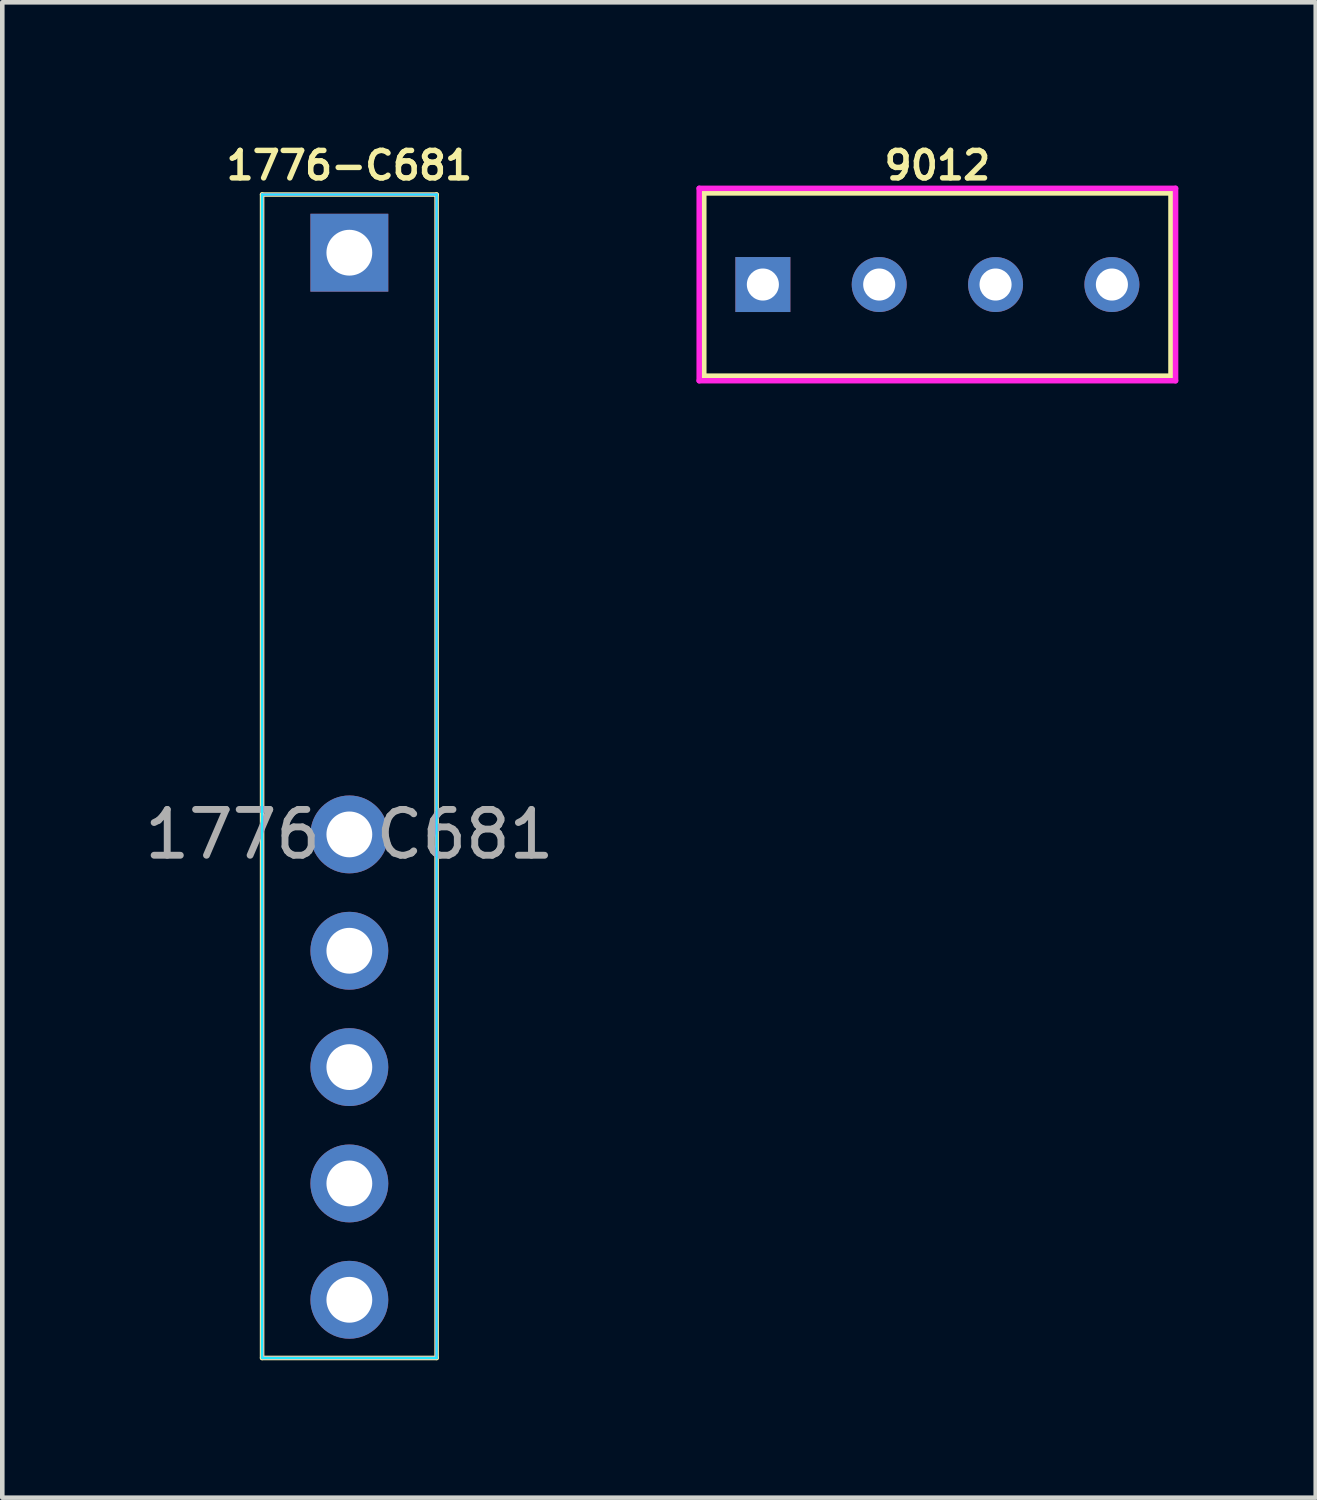
<source format=kicad_pcb>
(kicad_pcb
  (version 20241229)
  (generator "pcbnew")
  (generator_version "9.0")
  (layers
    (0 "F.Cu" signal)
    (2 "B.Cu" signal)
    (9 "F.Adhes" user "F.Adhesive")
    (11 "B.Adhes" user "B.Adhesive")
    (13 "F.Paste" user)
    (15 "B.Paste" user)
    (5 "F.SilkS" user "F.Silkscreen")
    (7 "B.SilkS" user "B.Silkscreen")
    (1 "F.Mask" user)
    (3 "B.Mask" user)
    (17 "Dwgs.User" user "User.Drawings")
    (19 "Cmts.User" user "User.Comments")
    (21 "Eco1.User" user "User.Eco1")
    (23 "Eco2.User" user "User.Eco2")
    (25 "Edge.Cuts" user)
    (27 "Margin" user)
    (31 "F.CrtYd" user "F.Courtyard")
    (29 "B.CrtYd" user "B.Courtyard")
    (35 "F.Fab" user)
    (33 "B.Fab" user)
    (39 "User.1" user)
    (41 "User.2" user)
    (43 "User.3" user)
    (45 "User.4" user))
  (footprint "1776-C681"
    (layer "F.Cu")
    (at 4.577 13.897)
    (property "Reference" "1776-C681" (at 0 -13.335 0) (unlocked yes) (layer "F.SilkS") (effects (font (size 0.6 0.6) (thickness 0.12) (bold yes))))
    (attr through_hole)
    (fp_line (start -1.905 -12.7) (end 1.905 -12.7) (stroke (width 0.1) (type default)) (layer "F.SilkS"))
    (fp_line (start -1.905 12.7) (end -1.905 -12.7) (stroke (width 0.1) (type default)) (layer "F.SilkS"))
    (fp_line (start 1.905 -12.7) (end 1.905 12.7) (stroke (width 0.1) (type default)) (layer "F.SilkS"))
    (fp_line (start 1.905 12.7) (end -1.905 12.7) (stroke (width 0.1) (type default)) (layer "F.SilkS"))
    (fp_line (start -1.905 -12.7) (end 1.905 -12.7) (stroke (width 0.05) (type default)) (layer "B.CrtYd"))
    (fp_line (start -1.905 12.7) (end -1.905 -12.7) (stroke (width 0.05) (type default)) (layer "B.CrtYd"))
    (fp_line (start 1.905 -12.7) (end 1.905 12.7) (stroke (width 0.05) (type default)) (layer "B.CrtYd"))
    (fp_line (start 1.905 12.7) (end -1.905 12.7) (stroke (width 0.05) (type default)) (layer "B.CrtYd"))
    (fp_line (start -1.905 -12.7) (end -1.905 12.7) (stroke (width 0.05) (type default)) (layer "F.CrtYd"))
    (fp_line (start -1.905 12.7) (end 1.905 12.7) (stroke (width 0.05) (type default)) (layer "F.CrtYd"))
    (fp_line (start 1.905 -12.7) (end -1.905 -12.7) (stroke (width 0.05) (type default)) (layer "F.CrtYd"))
    (fp_line (start 1.905 12.7) (end 1.905 -12.7) (stroke (width 0.05) (type default)) (layer "F.CrtYd"))
    (fp_text user "${REFERENCE}" (at 0 1.27 0) (unlocked yes) (layer "F.Fab") (effects (font (size 1 1) (thickness 0.15))))
    (pad "1" thru_hole rect (at 0 -11.43) (size 1.7 1.7) (drill 1) (layers "*.Cu" "*.Mask"))
    (pad "2" thru_hole circle (at 0 1.27) (size 1.7 1.7) (drill 1) (layers "*.Cu" "*.Mask"))
    (pad "3" thru_hole circle (at 0 3.81) (size 1.7 1.7) (drill 1) (layers "*.Cu" "*.Mask"))
    (pad "4" thru_hole circle (at 0 6.35) (size 1.7 1.7) (drill 1) (layers "*.Cu" "*.Mask"))
    (pad "5" thru_hole circle (at 0 8.89) (size 1.7 1.7) (drill 1) (layers "*.Cu" "*.Mask"))
    (pad "6" thru_hole circle (at 0 11.43) (size 1.7 1.7) (drill 1) (layers "*.Cu" "*.Mask")))
  (footprint "9012"
    (layer "F.Cu")
    (at 17.415 3.162)
    (property "Reference" "9012" (at 0 -2.6 0) (layer "F.SilkS") (effects (font (size 0.6 0.6) (thickness 0.12))))
    (attr through_hole)
    (fp_line (start -5.1 -2) (end 5.1 -2) (stroke (width 0.12) (type solid)) (layer "F.SilkS"))
    (fp_line (start -5.1 2) (end -5.1 -2) (stroke (width 0.12) (type solid)) (layer "F.SilkS"))
    (fp_line (start 5.1 -2) (end 5.1 2) (stroke (width 0.12) (type solid)) (layer "F.SilkS"))
    (fp_line (start 5.1 2) (end -5.1 2) (stroke (width 0.12) (type solid)) (layer "F.SilkS"))
    (fp_line (start -5.2 -2.1) (end -5.2 2.1) (stroke (width 0.12) (type solid)) (layer "F.CrtYd"))
    (fp_line (start -5.2 2.1) (end 5.2 2.1) (stroke (width 0.12) (type solid)) (layer "F.CrtYd"))
    (fp_line (start 5.2 -2.1) (end -5.2 -2.1) (stroke (width 0.12) (type solid)) (layer "F.CrtYd"))
    (fp_line (start 5.2 2.1) (end 5.2 -2.1) (stroke (width 0.12) (type solid)) (layer "F.CrtYd"))
    (pad "1" thru_hole rect (at -3.81 0) (size 1.2 1.2) (drill 0.7) (layers "*.Cu" "*.Mask"))
    (pad "2" thru_hole circle (at -1.27 0) (size 1.2 1.2) (drill 0.7) (layers "*.Cu" "*.Mask"))
    (pad "3" thru_hole circle (at 1.27 0) (size 1.2 1.2) (drill 0.7) (layers "*.Cu" "*.Mask"))
    (pad "4" thru_hole circle (at 3.81 0) (size 1.2 1.2) (drill 0.7) (layers "*.Cu" "*.Mask")))
  (gr_rect
    (start -3 -3)
    (end 25.675 29.647)
    (stroke (width 0.1) (type default))
    (fill no)
    (layer "Edge.Cuts")))
</source>
